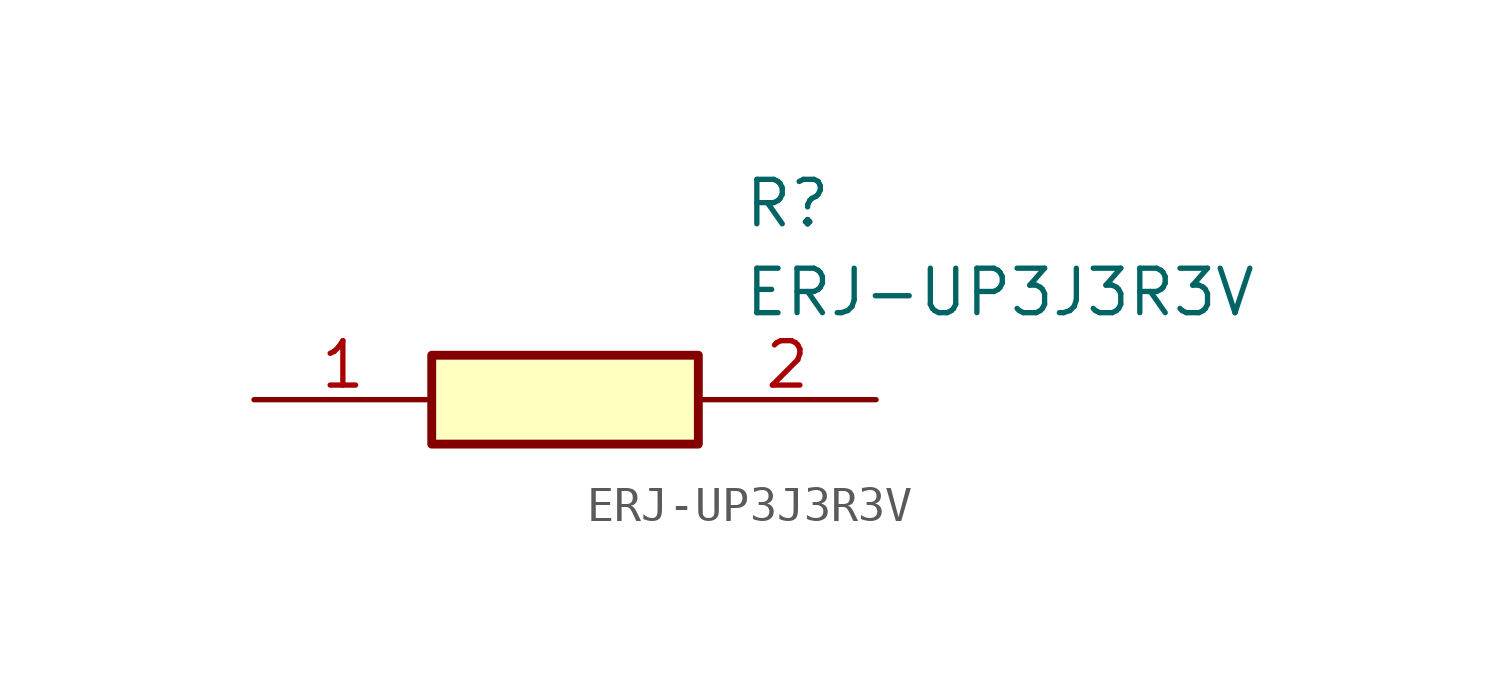
<source format=kicad_sym>
(kicad_symbol_lib
  (version 20211014)
  (generator SamacSys_ECAD_Model)
  (symbol "ERJ-UP3J3R3V"
    (pin_names hide)
    (property "Reference" "R"
      (at 13.97 6.35 0)
      (effects (font (size 1.27 1.27)) (justify left top)))
    (property "Value" "ERJ-UP3J3R3V"
      (at 13.97 3.81 0)
      (effects (font (size 1.27 1.27)) (justify left top)))
    (rectangle
      (start 5.08 1.27)
      (end 12.7 -1.27)
      (stroke (width 0.254) (type default))
      (fill (type background)))
    (pin passive line
      (at 0 0 0)
      (length 5.08)
      (name "1" (effects (font (size 1.27 1.27))))
      (number "1" (effects (font (size 1.27 1.27)))))
    (pin passive line
      (at 17.78 0 180)
      (length 5.08)
      (name "2" (effects (font (size 1.27 1.27))))
      (number "2" (effects (font (size 1.27 1.27)))))))
</source>
